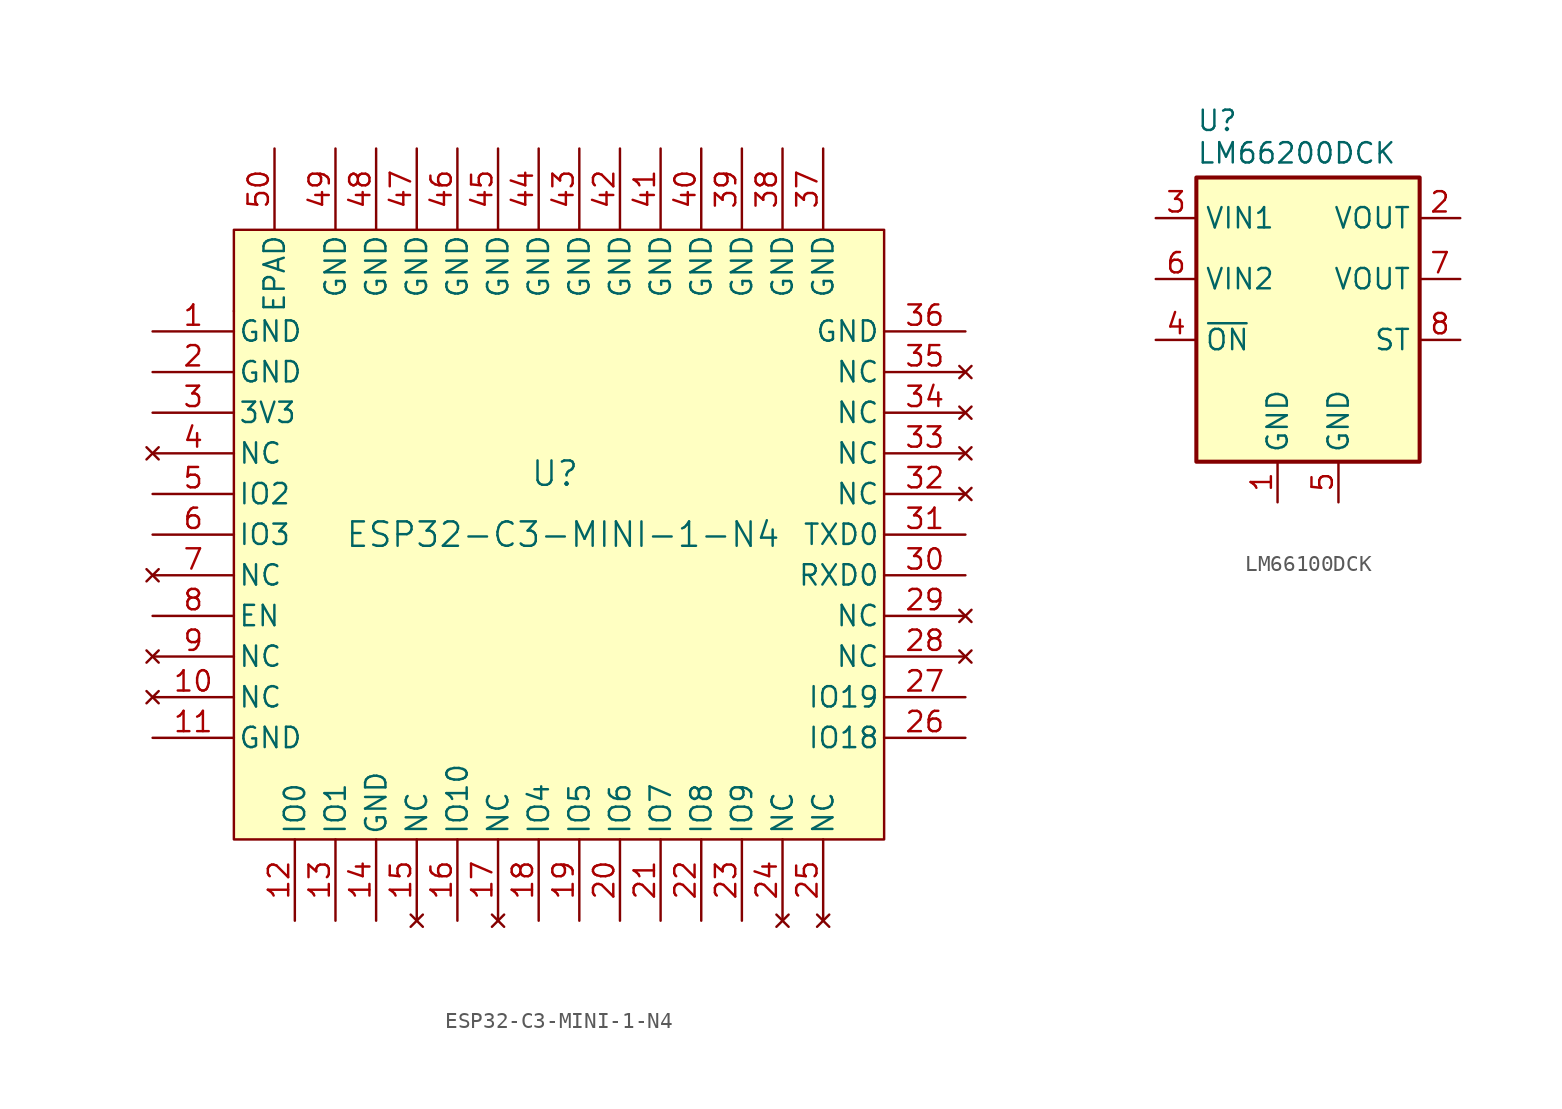
<source format=kicad_sym>
(kicad_symbol_lib
  (version 20231120)
  (generator "kicad_symbol_editor")
  (generator_version "8.0")
  (symbol "ESP32-C3-MINI-1-N4"
    (pin_names
      (offset 0.254))
    (property "Reference" "U"
      (at 25.146 -8.89 0)
      (effects (font (size 1.524 1.524))))
    (property "Value" "ESP32-C3-MINI-1-N4"
      (at 25.654 -12.7 0)
      (effects (font (size 1.524 1.524))))
    (symbol "ESP32-C3-MINI-1-N4_0_1"
      (pin power_out line (at 0 0 0) (length 5.08) (name "GND" (effects (font (size 1.27 1.27)))) (number "1" (effects (font (size 1.27 1.27)))))
      (pin no_connect line (at 0 -22.86 0) (length 5.08) (name "NC" (effects (font (size 1.27 1.27)))) (number "10" (effects (font (size 1.27 1.27)))))
      (pin power_out line (at 0 -25.4 0) (length 5.08) (name "GND" (effects (font (size 1.27 1.27)))) (number "11" (effects (font (size 1.27 1.27)))))
      (pin bidirectional line (at 8.89 -36.83 90) (length 5.08) (name "IO0" (effects (font (size 1.27 1.27)))) (number "12" (effects (font (size 1.27 1.27)))))
      (pin bidirectional line (at 11.43 -36.83 90) (length 5.08) (name "IO1" (effects (font (size 1.27 1.27)))) (number "13" (effects (font (size 1.27 1.27)))))
      (pin power_out line (at 13.97 -36.83 90) (length 5.08) (name "GND" (effects (font (size 1.27 1.27)))) (number "14" (effects (font (size 1.27 1.27)))))
      (pin no_connect line (at 16.51 -36.83 90) (length 5.08) (name "NC" (effects (font (size 1.27 1.27)))) (number "15" (effects (font (size 1.27 1.27)))))
      (pin bidirectional line (at 19.05 -36.83 90) (length 5.08) (name "IO10" (effects (font (size 1.27 1.27)))) (number "16" (effects (font (size 1.27 1.27)))))
      (pin no_connect line (at 21.59 -36.83 90) (length 5.08) (name "NC" (effects (font (size 1.27 1.27)))) (number "17" (effects (font (size 1.27 1.27)))))
      (pin bidirectional line (at 24.13 -36.83 90) (length 5.08) (name "IO4" (effects (font (size 1.27 1.27)))) (number "18" (effects (font (size 1.27 1.27)))))
      (pin bidirectional line (at 26.67 -36.83 90) (length 5.08) (name "IO5" (effects (font (size 1.27 1.27)))) (number "19" (effects (font (size 1.27 1.27)))))
      (pin power_out line (at 0 -2.54 0) (length 5.08) (name "GND" (effects (font (size 1.27 1.27)))) (number "2" (effects (font (size 1.27 1.27)))))
      (pin bidirectional line (at 29.21 -36.83 90) (length 5.08) (name "IO6" (effects (font (size 1.27 1.27)))) (number "20" (effects (font (size 1.27 1.27)))))
      (pin bidirectional line (at 31.75 -36.83 90) (length 5.08) (name "IO7" (effects (font (size 1.27 1.27)))) (number "21" (effects (font (size 1.27 1.27)))))
      (pin bidirectional line (at 34.29 -36.83 90) (length 5.08) (name "IO8" (effects (font (size 1.27 1.27)))) (number "22" (effects (font (size 1.27 1.27)))))
      (pin bidirectional line (at 36.83 -36.83 90) (length 5.08) (name "IO9" (effects (font (size 1.27 1.27)))) (number "23" (effects (font (size 1.27 1.27)))))
      (pin no_connect line (at 39.37 -36.83 90) (length 5.08) (name "NC" (effects (font (size 1.27 1.27)))) (number "24" (effects (font (size 1.27 1.27)))))
      (pin no_connect line (at 41.91 -36.83 90) (length 5.08) (name "NC" (effects (font (size 1.27 1.27)))) (number "25" (effects (font (size 1.27 1.27)))))
      (pin bidirectional line (at 50.8 -25.4 180) (length 5.08) (name "IO18" (effects (font (size 1.27 1.27)))) (number "26" (effects (font (size 1.27 1.27)))))
      (pin bidirectional line (at 50.8 -22.86 180) (length 5.08) (name "IO19" (effects (font (size 1.27 1.27)))) (number "27" (effects (font (size 1.27 1.27)))))
      (pin no_connect line (at 50.8 -20.32 180) (length 5.08) (name "NC" (effects (font (size 1.27 1.27)))) (number "28" (effects (font (size 1.27 1.27)))))
      (pin no_connect line (at 50.8 -17.78 180) (length 5.08) (name "NC" (effects (font (size 1.27 1.27)))) (number "29" (effects (font (size 1.27 1.27)))))
      (pin power_in line (at 0 -5.08 0) (length 5.08) (name "3V3" (effects (font (size 1.27 1.27)))) (number "3" (effects (font (size 1.27 1.27)))))
      (pin bidirectional line (at 50.8 -15.24 180) (length 5.08) (name "RXD0" (effects (font (size 1.27 1.27)))) (number "30" (effects (font (size 1.27 1.27)))))
      (pin bidirectional line (at 50.8 -12.7 180) (length 5.08) (name "TXD0" (effects (font (size 1.27 1.27)))) (number "31" (effects (font (size 1.27 1.27)))))
      (pin no_connect line (at 50.8 -10.16 180) (length 5.08) (name "NC" (effects (font (size 1.27 1.27)))) (number "32" (effects (font (size 1.27 1.27)))))
      (pin no_connect line (at 50.8 -7.62 180) (length 5.08) (name "NC" (effects (font (size 1.27 1.27)))) (number "33" (effects (font (size 1.27 1.27)))))
      (pin no_connect line (at 50.8 -5.08 180) (length 5.08) (name "NC" (effects (font (size 1.27 1.27)))) (number "34" (effects (font (size 1.27 1.27)))))
      (pin no_connect line (at 50.8 -2.54 180) (length 5.08) (name "NC" (effects (font (size 1.27 1.27)))) (number "35" (effects (font (size 1.27 1.27)))))
      (pin power_out line (at 50.8 0 180) (length 5.08) (name "GND" (effects (font (size 1.27 1.27)))) (number "36" (effects (font (size 1.27 1.27)))))
      (pin power_out line (at 41.91 11.43 270) (length 5.08) (name "GND" (effects (font (size 1.27 1.27)))) (number "37" (effects (font (size 1.27 1.27)))))
      (pin power_out line (at 39.37 11.43 270) (length 5.08) (name "GND" (effects (font (size 1.27 1.27)))) (number "38" (effects (font (size 1.27 1.27)))))
      (pin power_out line (at 36.83 11.43 270) (length 5.08) (name "GND" (effects (font (size 1.27 1.27)))) (number "39" (effects (font (size 1.27 1.27)))))
      (pin no_connect line (at 0 -7.62 0) (length 5.08) (name "NC" (effects (font (size 1.27 1.27)))) (number "4" (effects (font (size 1.27 1.27)))))
      (pin power_out line (at 34.29 11.43 270) (length 5.08) (name "GND" (effects (font (size 1.27 1.27)))) (number "40" (effects (font (size 1.27 1.27)))))
      (pin power_out line (at 31.75 11.43 270) (length 5.08) (name "GND" (effects (font (size 1.27 1.27)))) (number "41" (effects (font (size 1.27 1.27)))))
      (pin power_out line (at 29.21 11.43 270) (length 5.08) (name "GND" (effects (font (size 1.27 1.27)))) (number "42" (effects (font (size 1.27 1.27)))))
      (pin power_out line (at 26.67 11.43 270) (length 5.08) (name "GND" (effects (font (size 1.27 1.27)))) (number "43" (effects (font (size 1.27 1.27)))))
      (pin power_out line (at 24.13 11.43 270) (length 5.08) (name "GND" (effects (font (size 1.27 1.27)))) (number "44" (effects (font (size 1.27 1.27)))))
      (pin power_out line (at 21.59 11.43 270) (length 5.08) (name "GND" (effects (font (size 1.27 1.27)))) (number "45" (effects (font (size 1.27 1.27)))))
      (pin power_out line (at 19.05 11.43 270) (length 5.08) (name "GND" (effects (font (size 1.27 1.27)))) (number "46" (effects (font (size 1.27 1.27)))))
      (pin power_out line (at 16.51 11.43 270) (length 5.08) (name "GND" (effects (font (size 1.27 1.27)))) (number "47" (effects (font (size 1.27 1.27)))))
      (pin power_out line (at 13.97 11.43 270) (length 5.08) (name "GND" (effects (font (size 1.27 1.27)))) (number "48" (effects (font (size 1.27 1.27)))))
      (pin power_out line (at 11.43 11.43 270) (length 5.08) (name "GND" (effects (font (size 1.27 1.27)))) (number "49" (effects (font (size 1.27 1.27)))))
      (pin bidirectional line (at 0 -10.16 0) (length 5.08) (name "IO2" (effects (font (size 1.27 1.27)))) (number "5" (effects (font (size 1.27 1.27)))))
      (pin bidirectional line (at 0 -12.7 0) (length 5.08) (name "IO3" (effects (font (size 1.27 1.27)))) (number "6" (effects (font (size 1.27 1.27)))))
      (pin no_connect line (at 0 -15.24 0) (length 5.08) (name "NC" (effects (font (size 1.27 1.27)))) (number "7" (effects (font (size 1.27 1.27)))))
      (pin input line (at 0 -17.78 0) (length 5.08) (name "EN" (effects (font (size 1.27 1.27)))) (number "8" (effects (font (size 1.27 1.27)))))
      (pin no_connect line (at 0 -20.32 0) (length 5.08) (name "NC" (effects (font (size 1.27 1.27)))) (number "9" (effects (font (size 1.27 1.27))))))
    (symbol "ESP32-C3-MINI-1-N4_1_1"
      (rectangle (start 5.08 1.27) (end 5.08 1.27) (stroke (width 0) (type default)) (fill (type none)))
      (rectangle (start 5.08 6.35) (end 45.72 -31.75) (stroke (width 0) (type default)) (fill (type background)))
      (pin power_out line (at 7.62 11.43 270) (length 5.08) (name "EPAD" (effects (font (size 1.27 1.27)))) (number "50" (effects (font (size 1.27 1.27)))))))
  (symbol "LM66100DCK"
    (property "Reference" "U"
      (at 2.54 6.096 0)
      (effects (font (size 1.27 1.27)) (justify left)))
    (property "Value" "LM66200DCK"
      (at 2.54 4.064 0)
      (effects (font (size 1.27 1.27)) (justify left)))
    (symbol "LM66100DCK_0_1"
      (rectangle (start 2.54 2.54) (end 16.51 -15.24) (stroke (width 0.254) (type default)) (fill (type background))))
    (symbol "LM66100DCK_1_1"
      (pin power_in line (at 7.62 -17.78 90) (length 2.54) (name "GND" (effects (font (size 1.27 1.27)))) (number "1" (effects (font (size 1.27 1.27)))))
      (pin power_out line (at 19.05 0 180) (length 2.54) (name "VOUT" (effects (font (size 1.27 1.27)))) (number "2" (effects (font (size 1.27 1.27)))))
      (pin power_in line (at 0 0 0) (length 2.54) (name "VIN1" (effects (font (size 1.27 1.27)))) (number "3" (effects (font (size 1.27 1.27)))))
      (pin passive line (at 0 -7.62 0) (length 2.54) (name "~{ON}" (effects (font (size 1.27 1.27)))) (number "4" (effects (font (size 1.27 1.27)))))
      (pin power_in line (at 11.43 -17.78 90) (length 2.54) (name "GND" (effects (font (size 1.27 1.27)))) (number "5" (effects (font (size 1.27 1.27)))))
      (pin power_in line (at 0 -3.81 0) (length 2.54) (name "VIN2" (effects (font (size 1.27 1.27)))) (number "6" (effects (font (size 1.27 1.27)))))
      (pin power_out line (at 19.05 -3.81 180) (length 2.54) (name "VOUT" (effects (font (size 1.27 1.27)))) (number "7" (effects (font (size 1.27 1.27)))))
      (pin open_collector line (at 19.05 -7.62 180) (length 2.54) (name "ST" (effects (font (size 1.27 1.27)))) (number "8" (effects (font (size 1.27 1.27))))))))
</source>
